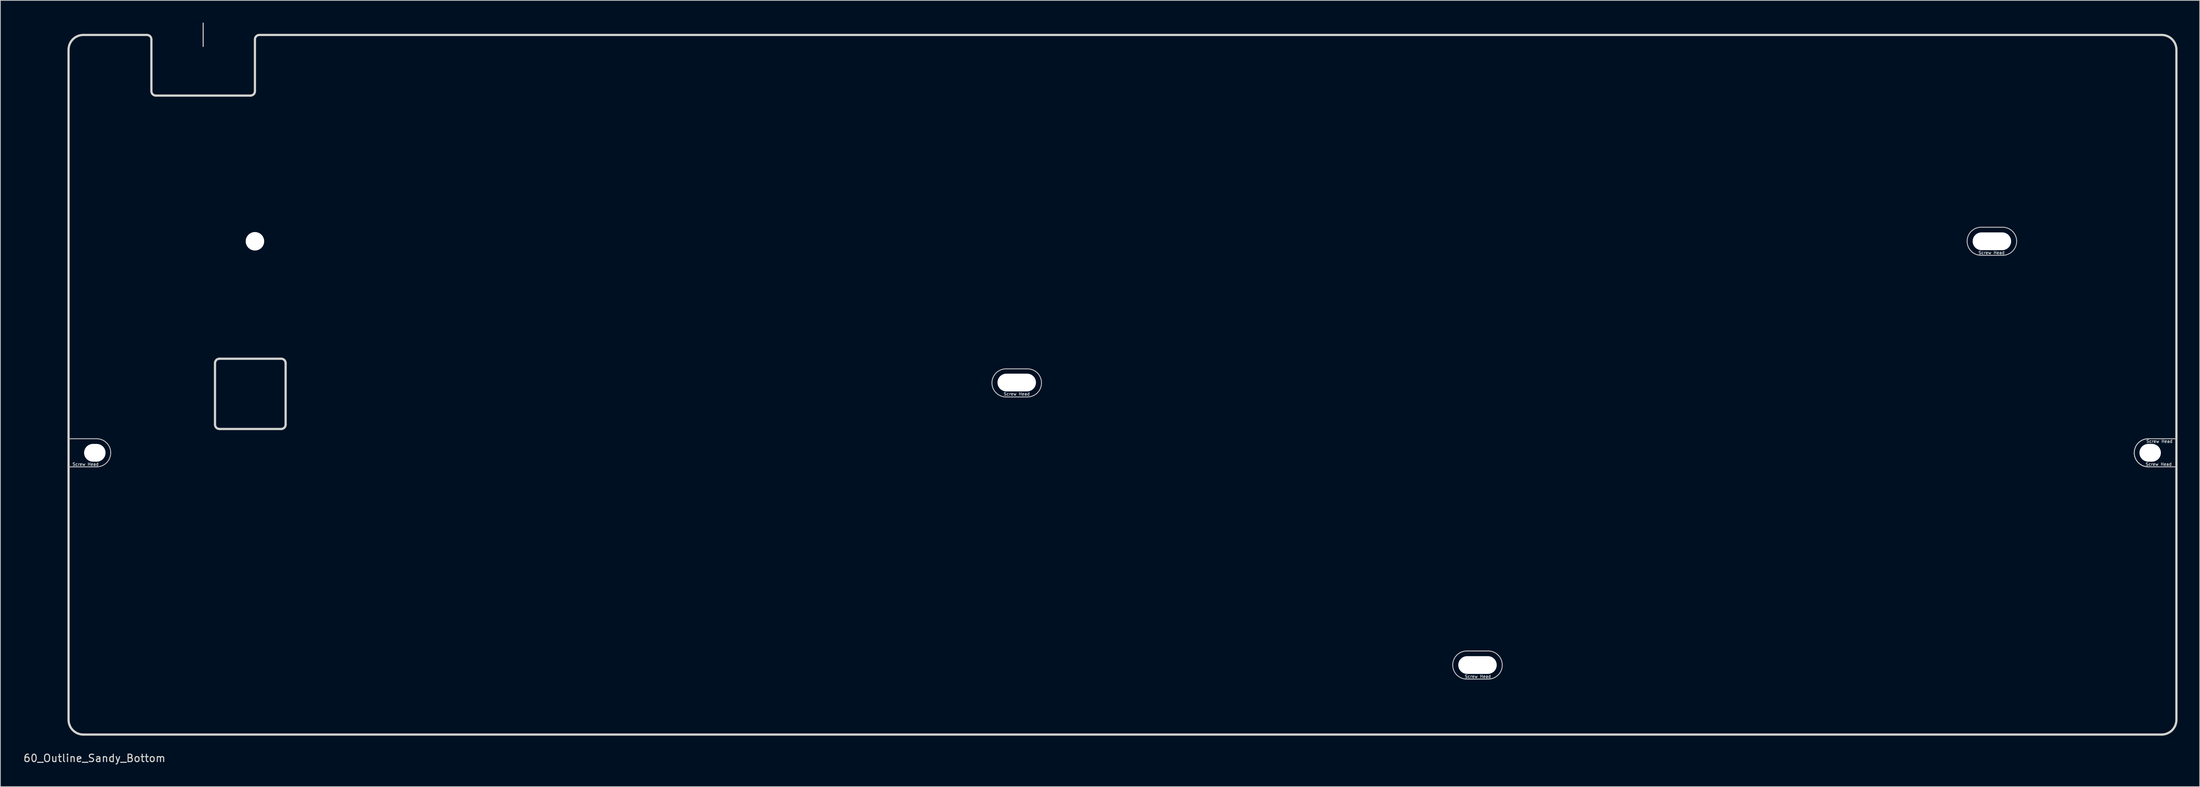
<source format=kicad_pcb>
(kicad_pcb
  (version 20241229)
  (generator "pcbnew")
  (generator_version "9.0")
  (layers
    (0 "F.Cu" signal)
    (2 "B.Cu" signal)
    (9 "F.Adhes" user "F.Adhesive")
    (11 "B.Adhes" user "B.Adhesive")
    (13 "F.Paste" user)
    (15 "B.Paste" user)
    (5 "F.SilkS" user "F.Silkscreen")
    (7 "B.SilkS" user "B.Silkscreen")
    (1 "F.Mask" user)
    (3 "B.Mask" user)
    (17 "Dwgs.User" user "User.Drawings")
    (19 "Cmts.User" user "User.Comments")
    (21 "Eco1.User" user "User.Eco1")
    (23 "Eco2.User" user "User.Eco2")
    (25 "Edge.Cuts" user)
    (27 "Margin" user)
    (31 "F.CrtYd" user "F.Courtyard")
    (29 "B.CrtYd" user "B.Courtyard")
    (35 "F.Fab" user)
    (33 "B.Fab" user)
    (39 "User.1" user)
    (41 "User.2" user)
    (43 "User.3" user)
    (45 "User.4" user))
  (footprint "60_Outline_Sandy_Bottom"
    (layer "F.Cu")
    (at 148.72 48.975)
    (property "Reference" "60_Outline_Sandy_Bottom" (at -139 50.5 0) (layer "Edge.Cuts") (effects (font (size 1 1) (thickness 0.15))))
    (attr through_hole)
    (fp_line (start -142.5 7.3) (end -138.7 7.3) (stroke (width 0.12) (type solid)) (layer "Dwgs.User"))
    (fp_line (start -142.5 11.1) (end -138.7 11.1) (stroke (width 0.12) (type solid)) (layer "Dwgs.User"))
    (fp_line (start -124.3 -48.9) (end -124.3 -45.75) (stroke (width 0.15) (type solid)) (layer "Dwgs.User"))
    (fp_line (start -15.75 -2.15) (end -12.85 -2.15) (stroke (width 0.12) (type solid)) (layer "Dwgs.User"))
    (fp_line (start -15.75 1.65) (end -12.85 1.65) (stroke (width 0.12) (type solid)) (layer "Dwgs.User"))
    (fp_line (start 46.55 36) (end 49.45 36) (stroke (width 0.12) (type solid)) (layer "Dwgs.User"))
    (fp_line (start 46.55 39.8) (end 49.45 39.8) (stroke (width 0.12) (type solid)) (layer "Dwgs.User"))
    (fp_line (start 116.1 -21.3) (end 119 -21.3) (stroke (width 0.12) (type solid)) (layer "Dwgs.User"))
    (fp_line (start 116.1 -17.5) (end 119 -17.5) (stroke (width 0.12) (type solid)) (layer "Dwgs.User"))
    (fp_line (start 138.7 7.3) (end 142.5 7.3) (stroke (width 0.12) (type solid)) (layer "Dwgs.User"))
    (fp_line (start 138.7 11.1) (end 142.5 11.1) (stroke (width 0.12) (type solid)) (layer "Dwgs.User"))
    (fp_arc (start -138.7 7.3) (mid -137.356497 7.856497) (end -136.8 9.2) (stroke (width 0.12) (type solid)) (layer "Dwgs.User"))
    (fp_arc (start -136.8 9.2) (mid -137.356497 10.543503) (end -138.7 11.1) (stroke (width 0.12) (type solid)) (layer "Dwgs.User"))
    (fp_arc (start -17.65 -0.25) (mid -17.093503 -1.593503) (end -15.75 -2.15) (stroke (width 0.12) (type solid)) (layer "Dwgs.User"))
    (fp_arc (start -15.75 1.65) (mid -17.093503 1.093503) (end -17.65 -0.25) (stroke (width 0.12) (type solid)) (layer "Dwgs.User"))
    (fp_arc (start -12.85 -2.15) (mid -11.506497 -1.593503) (end -10.95 -0.25) (stroke (width 0.12) (type solid)) (layer "Dwgs.User"))
    (fp_arc (start -10.95 -0.25) (mid -11.506497 1.093503) (end -12.85 1.65) (stroke (width 0.12) (type solid)) (layer "Dwgs.User"))
    (fp_arc (start 44.65 37.9) (mid 45.206497 36.556497) (end 46.55 36) (stroke (width 0.12) (type solid)) (layer "Dwgs.User"))
    (fp_arc (start 46.55 39.8) (mid 45.206497 39.243503) (end 44.65 37.9) (stroke (width 0.12) (type solid)) (layer "Dwgs.User"))
    (fp_arc (start 49.45 36) (mid 50.793503 36.556497) (end 51.35 37.9) (stroke (width 0.12) (type solid)) (layer "Dwgs.User"))
    (fp_arc (start 51.35 37.9) (mid 50.793503 39.243503) (end 49.45 39.8) (stroke (width 0.12) (type solid)) (layer "Dwgs.User"))
    (fp_arc (start 114.2 -19.4) (mid 114.756497 -20.743503) (end 116.1 -21.3) (stroke (width 0.12) (type solid)) (layer "Dwgs.User"))
    (fp_arc (start 116.1 -17.5) (mid 114.756497 -18.056497) (end 114.2 -19.4) (stroke (width 0.12) (type solid)) (layer "Dwgs.User"))
    (fp_arc (start 119 -21.3) (mid 120.343503 -20.743503) (end 120.9 -19.4) (stroke (width 0.12) (type solid)) (layer "Dwgs.User"))
    (fp_arc (start 120.9 -19.4) (mid 120.343503 -18.056497) (end 119 -17.5) (stroke (width 0.12) (type solid)) (layer "Dwgs.User"))
    (fp_arc (start 136.8 9.2) (mid 137.356497 7.856497) (end 138.7 7.3) (stroke (width 0.12) (type solid)) (layer "Dwgs.User"))
    (fp_arc (start 136.8 9.2) (mid 137.356497 7.856497) (end 138.7 7.3) (stroke (width 0.12) (type solid)) (layer "Dwgs.User"))
    (fp_arc (start 138.7 11.1) (mid 137.356497 10.543503) (end 136.8 9.2) (stroke (width 0.12) (type solid)) (layer "Dwgs.User"))
    (fp_arc (start 138.7 11.1) (mid 137.356497 10.543503) (end 136.8 9.2) (stroke (width 0.12) (type solid)) (layer "Dwgs.User"))
    (fp_line (start -132.3 -47.3) (end -124.3 -47.3) (stroke (width 0.12) (type solid)) (layer "Eco1.User"))
    (fp_line (start -124.3 -47.3) (end -116.3 -47.3) (stroke (width 0.12) (type solid)) (layer "Eco1.User"))
    (fp_line (start -58.65 45.025) (end -58.65 40.025) (stroke (width 0.12) (type solid)) (layer "Eco1.User"))
    (fp_line (start -55.895 42.525) (end -61.395 42.525) (stroke (width 0.12) (type solid)) (layer "Eco1.User"))
    (fp_line (start -51.125 -43.075) (end -44.125 -43.075) (stroke (width 0.12) (type solid)) (layer "Eco1.User"))
    (fp_line (start -47.625 -40.8) (end -47.625 -45.8) (stroke (width 0.12) (type solid)) (layer "Eco1.User"))
    (fp_line (start 42.895 45.025) (end 42.895 40.025) (stroke (width 0.12) (type solid)) (layer "Eco1.User"))
    (fp_line (start 45.325 -43.075) (end 50.125 -43.075) (stroke (width 0.12) (type solid)) (layer "Eco1.User"))
    (fp_line (start 45.65 42.525) (end 40.15 42.525) (stroke (width 0.12) (type solid)) (layer "Eco1.User"))
    (fp_line (start 47.62 -40.5) (end 47.62 -45.5) (stroke (width 0.12) (type solid)) (layer "Eco1.User"))
    (fp_line (start 81.245 45.025) (end 81.245 40.025) (stroke (width 0.12) (type solid)) (layer "Eco1.User"))
    (fp_line (start 84 42.525) (end 78.5 42.525) (stroke (width 0.12) (type solid)) (layer "Eco1.User"))
    (fp_line (start -142.5 11) (end -142.5 -45.3) (stroke (width 0.3) (type solid)) (layer "Edge.Cuts"))
    (fp_line (start -142.5 45.3) (end -142.5 11) (stroke (width 0.3) (type solid)) (layer "Edge.Cuts"))
    (fp_line (start -131.9 -47.3) (end -140.5 -47.3) (stroke (width 0.3) (type solid)) (layer "Edge.Cuts"))
    (fp_line (start -131.3 -39.7) (end -131.3 -46.7) (stroke (width 0.3) (type solid)) (layer "Edge.Cuts"))
    (fp_line (start -130.7 -39.1) (end -117.9 -39.1) (stroke (width 0.3) (type solid)) (layer "Edge.Cuts"))
    (fp_line (start -122.7 5.38) (end -122.7 -2.92) (stroke (width 0.3) (type solid)) (layer "Edge.Cuts"))
    (fp_line (start -122.1 5.98) (end -113.75 5.98) (stroke (width 0.3) (type solid)) (layer "Edge.Cuts"))
    (fp_line (start -117.3 -39.7) (end -117.3 -46.7) (stroke (width 0.3) (type solid)) (layer "Edge.Cuts"))
    (fp_line (start -113.75 -3.52) (end -122.1 -3.52) (stroke (width 0.3) (type solid)) (layer "Edge.Cuts"))
    (fp_line (start -113.15 5.38) (end -113.15 -2.92) (stroke (width 0.3) (type solid)) (layer "Edge.Cuts"))
    (fp_line (start 140.5 -47.3) (end -116.7 -47.3) (stroke (width 0.3) (type solid)) (layer "Edge.Cuts"))
    (fp_line (start 140.5 47.3) (end -140.5 47.3) (stroke (width 0.3) (type solid)) (layer "Edge.Cuts"))
    (fp_line (start 142.5 11) (end 142.5 -45.3) (stroke (width 0.3) (type solid)) (layer "Edge.Cuts"))
    (fp_line (start 142.5 11) (end 142.5 45.3) (stroke (width 0.3) (type solid)) (layer "Edge.Cuts"))
    (fp_arc (start -142.5 -45.3) (mid -141.914214 -46.714214) (end -140.5 -47.3) (stroke (width 0.3) (type solid)) (layer "Edge.Cuts"))
    (fp_arc (start -140.5 47.3) (mid -141.914214 46.714214) (end -142.5 45.3) (stroke (width 0.3) (type solid)) (layer "Edge.Cuts"))
    (fp_arc (start -131.9 -47.3) (mid -131.475736 -47.124264) (end -131.3 -46.7) (stroke (width 0.3) (type solid)) (layer "Edge.Cuts"))
    (fp_arc (start -130.7 -39.1) (mid -131.124264 -39.275736) (end -131.3 -39.7) (stroke (width 0.3) (type solid)) (layer "Edge.Cuts"))
    (fp_arc (start -122.7 -2.92) (mid -122.524264 -3.344264) (end -122.1 -3.52) (stroke (width 0.3) (type solid)) (layer "Edge.Cuts"))
    (fp_arc (start -122.1 5.98) (mid -122.524264 5.804264) (end -122.7 5.38) (stroke (width 0.3) (type solid)) (layer "Edge.Cuts"))
    (fp_arc (start -117.3 -46.7) (mid -117.124264 -47.124264) (end -116.7 -47.3) (stroke (width 0.3) (type solid)) (layer "Edge.Cuts"))
    (fp_arc (start -117.3 -39.7) (mid -117.475736 -39.275736) (end -117.9 -39.1) (stroke (width 0.3) (type solid)) (layer "Edge.Cuts"))
    (fp_arc (start -113.75 -3.52) (mid -113.325736 -3.344264) (end -113.15 -2.92) (stroke (width 0.3) (type solid)) (layer "Edge.Cuts"))
    (fp_arc (start -113.15 5.38) (mid -113.325736 5.804264) (end -113.75 5.98) (stroke (width 0.3) (type solid)) (layer "Edge.Cuts"))
    (fp_arc (start 140.5 -47.3) (mid 141.914214 -46.714214) (end 142.5 -45.3) (stroke (width 0.3) (type solid)) (layer "Edge.Cuts"))
    (fp_arc (start 142.5 45.3) (mid 141.914214 46.714214) (end 140.5 47.3) (stroke (width 0.3) (type solid)) (layer "Edge.Cuts"))
    (fp_text user "Screw Head" (at 48.05 39.45 0) (layer "Dwgs.User") (effects (font (size 0.4 0.4) (thickness 0.08))))
    (fp_text user "Screw Head" (at 117.5 -17.85 0) (layer "Dwgs.User") (effects (font (size 0.4 0.4) (thickness 0.08))))
    (fp_text user "Screw Head" (at -14.3 1.25 0) (layer "Dwgs.User") (effects (font (size 0.4 0.4) (thickness 0.08))))
    (fp_text user "Screw Head" (at 140.2 7.65 180) (layer "Dwgs.User") (effects (font (size 0.4 0.4) (thickness 0.08))))
    (fp_text user "Screw Head" (at 140.1 10.75 0) (layer "Dwgs.User") (effects (font (size 0.4 0.4) (thickness 0.08))))
    (fp_text user "Screw Head" (at -140.2 10.75 0) (layer "Dwgs.User") (effects (font (size 0.4 0.4) (thickness 0.08))))
    (fp_text user "M2 2.2mm Hole" (at -58.395 46 0) (layer "Eco1.User") (effects (font (size 1 1) (thickness 0.15))))
    (fp_text user "M2 2.2mm Hole" (at 43 46 0) (layer "Eco1.User") (effects (font (size 1 1) (thickness 0.15))))
    (fp_text user "M2 2.2mm Hole" (at 47.875 -39.5 0) (layer "Eco1.User") (effects (font (size 1 1) (thickness 0.15))))
    (fp_text user "M2 2.2mm Hole" (at -47.125 -39.5 0) (layer "Eco1.User") (effects (font (size 1 1) (thickness 0.15))))
    (fp_text user "M2 2.2mm Hole" (at 81.5 46 0) (layer "Eco1.User") (effects (font (size 1 1) (thickness 0.15))))
    (pad "" np_thru_hole oval (at -138.95 9.2) (size 2.9 2.4) (drill oval 2.9 2.4) (layers "*.Cu" "*.Mask"))
    (pad "" np_thru_hole circle (at -117.3 -19.4) (size 2.499 2.499) (drill 2.499) (layers "*.Cu" "*.Mask"))
    (pad "" np_thru_hole oval (at -14.3 -0.3) (size 5.2 2.4) (drill oval 5.2 2.4) (layers "*.Cu" "*.Mask"))
    (pad "" np_thru_hole oval (at 48 37.9) (size 5.2 2.4) (drill oval 5.2 2.4) (layers "*.Cu" "*.Mask"))
    (pad "" np_thru_hole oval (at 117.55 -19.4) (size 5.2 2.4) (drill oval 5.2 2.4) (layers "*.Cu" "*.Mask"))
    (pad "" np_thru_hole oval (at 138.95 9.2 180) (size 2.9 2.4) (drill oval 2.9 2.4) (layers "*.Cu" "*.Mask")))
  (gr_rect
    (start -3 -3)
    (end 294.37 103.323)
    (stroke (width 0.1) (type default))
    (fill no)
    (layer "Edge.Cuts")))
</source>
